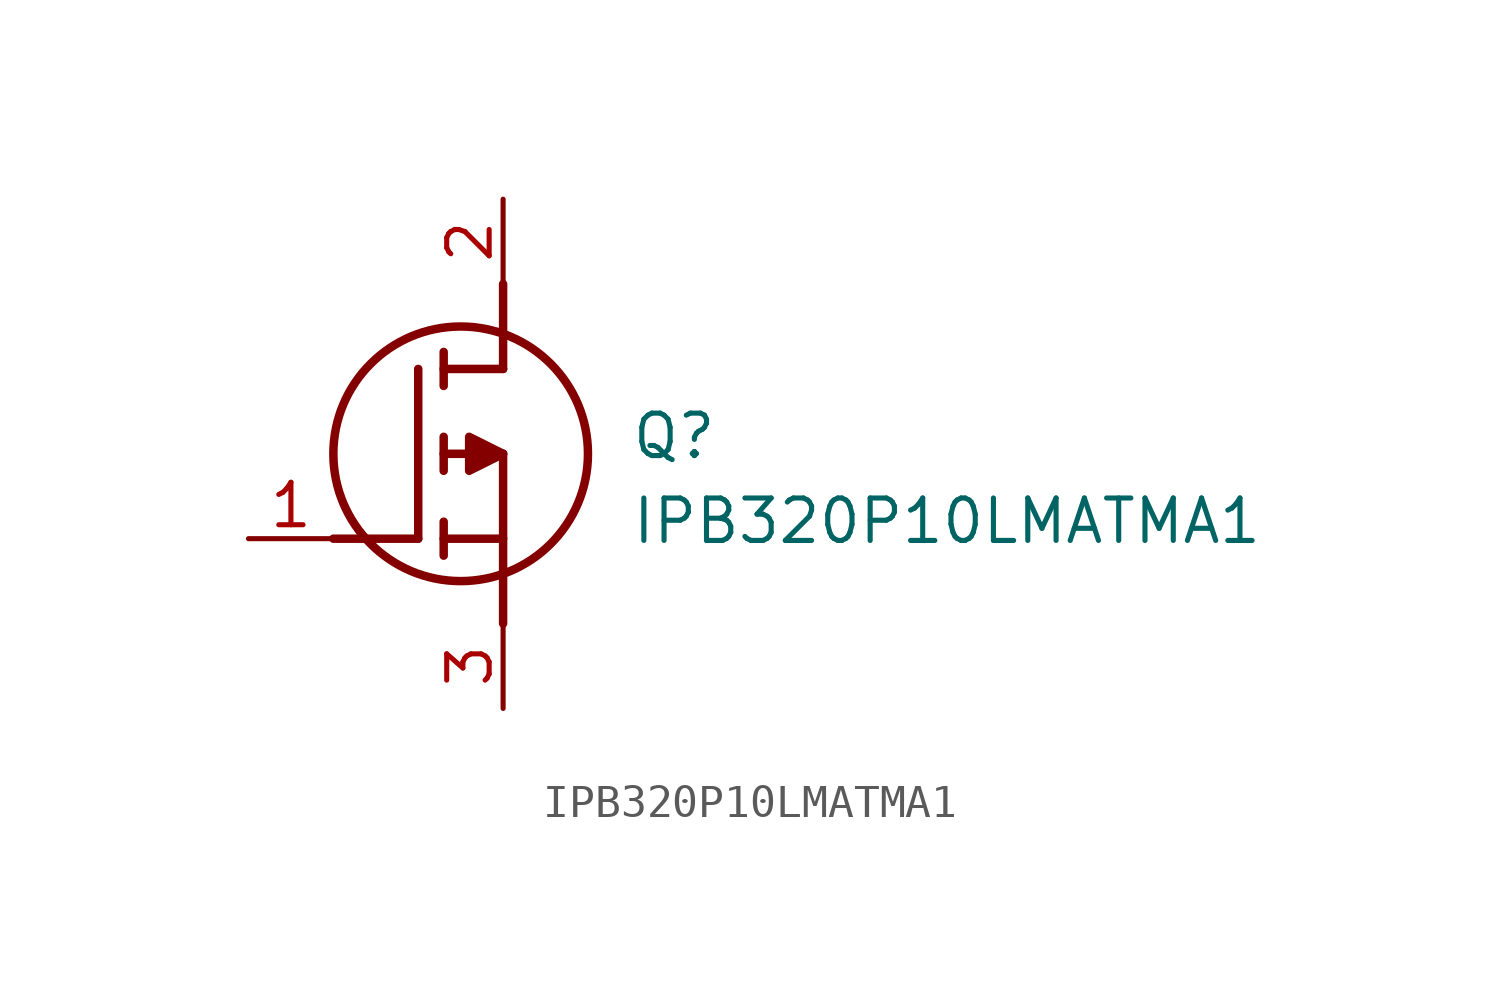
<source format=kicad_sym>
(kicad_symbol_lib
  (version 20211014)
  (generator SamacSys_ECAD_Model)
  (symbol "IPB320P10LMATMA1"
    (pin_names hide)
    (property "Reference" "Q"
      (at 11.43 3.81 0)
      (effects (font (size 1.27 1.27)) (justify left top)))
    (property "Value" "IPB320P10LMATMA1"
      (at 11.43 1.27 0)
      (effects (font (size 1.27 1.27)) (justify left top)))
    (polyline
      (pts (xy 7.62 2.54) (xy 7.62 -2.54))
      (stroke (width 0.254) (type default))
      (fill (type none)))
    (polyline
      (pts (xy 7.62 5.08) (xy 7.62 7.62))
      (stroke (width 0.254) (type default))
      (fill (type none)))
    (polyline
      (pts (xy 2.54 0) (xy 5.08 0))
      (stroke (width 0.254) (type default))
      (fill (type none)))
    (polyline
      (pts (xy 5.08 5.08) (xy 5.08 0))
      (stroke (width 0.254) (type default))
      (fill (type none)))
    (polyline
      (pts (xy 7.62 2.54) (xy 5.842 2.54))
      (stroke (width 0.254) (type default))
      (fill (type none)))
    (polyline
      (pts (xy 7.62 5.08) (xy 5.842 5.08))
      (stroke (width 0.254) (type default))
      (fill (type none)))
    (polyline
      (pts (xy 5.842 0) (xy 7.62 0))
      (stroke (width 0.254) (type default))
      (fill (type none)))
    (polyline
      (pts (xy 5.842 5.588) (xy 5.842 4.572))
      (stroke (width 0.254) (type default))
      (fill (type none)))
    (polyline
      (pts (xy 5.842 -0.508) (xy 5.842 0.508))
      (stroke (width 0.254) (type default))
      (fill (type none)))
    (polyline
      (pts (xy 5.842 2.032) (xy 5.842 3.048))
      (stroke (width 0.254) (type default))
      (fill (type none)))
    (circle
      (center 6.35 2.54)
      (radius 3.81)
      (stroke (width 0.254) (type default))
      (fill (type none)))
    (polyline
      (pts (xy 7.62 2.54) (xy 6.604 3.048) (xy 6.604 2.032) (xy 7.62 2.54))
      (stroke (width 0.254) (type default))
      (fill (type outline)))
    (pin passive line
      (at 0 0 0)
      (length 2.54)
      (name "G" (effects (font (size 1.27 1.27))))
      (number "1" (effects (font (size 1.27 1.27)))))
    (pin passive line
      (at 7.62 10.16 270)
      (length 2.54)
      (name "D" (effects (font (size 1.27 1.27))))
      (number "2" (effects (font (size 1.27 1.27)))))
    (pin passive line
      (at 7.62 -5.08 90)
      (length 2.54)
      (name "S" (effects (font (size 1.27 1.27))))
      (number "3" (effects (font (size 1.27 1.27)))))))
</source>
